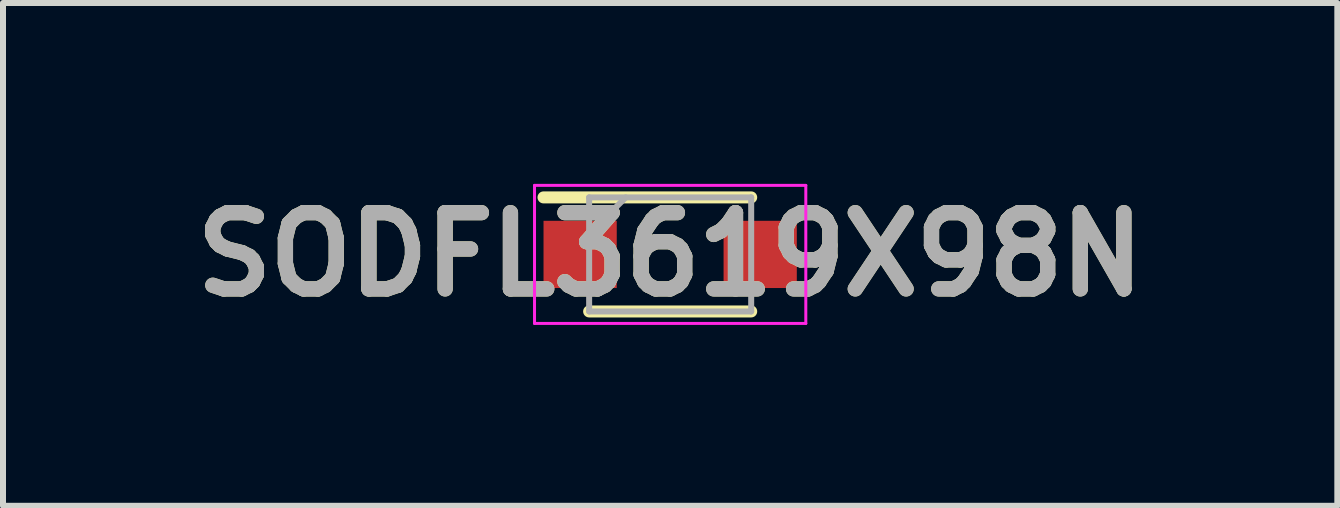
<source format=kicad_pcb>
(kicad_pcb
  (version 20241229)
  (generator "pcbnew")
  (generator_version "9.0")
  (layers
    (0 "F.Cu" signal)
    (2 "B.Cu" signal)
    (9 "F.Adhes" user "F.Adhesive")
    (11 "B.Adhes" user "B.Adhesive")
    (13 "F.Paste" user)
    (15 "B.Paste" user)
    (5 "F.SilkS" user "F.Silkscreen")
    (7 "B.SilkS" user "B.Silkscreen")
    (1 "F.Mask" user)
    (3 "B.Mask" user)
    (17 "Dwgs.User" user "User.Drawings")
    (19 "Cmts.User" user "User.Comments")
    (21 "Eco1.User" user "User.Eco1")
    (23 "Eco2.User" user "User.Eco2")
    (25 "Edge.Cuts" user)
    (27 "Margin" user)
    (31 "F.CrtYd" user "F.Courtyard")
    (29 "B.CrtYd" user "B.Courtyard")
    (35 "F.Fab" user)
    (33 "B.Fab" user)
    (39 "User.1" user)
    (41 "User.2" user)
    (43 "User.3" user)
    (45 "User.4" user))
  (footprint "SODFL3619X98N"
    (layer "F.Cu")
    (at 8.116 1.189)
    (property "Reference" "SODFL3619X98N" (at 0 0 0) (layer "F.SilkS") (effects (font (size 1.27 1.27) (thickness 0.254))))
    (attr smd)
    (fp_line (start -2.11 -0.95) (end 1.35 -0.95) (stroke (width 0.2) (type solid)) (layer "F.SilkS"))
    (fp_line (start -1.35 0.95) (end 1.35 0.95) (stroke (width 0.2) (type solid)) (layer "F.SilkS"))
    (fp_line (start -2.26 -1.15) (end 2.26 -1.15) (stroke (width 0.05) (type solid)) (layer "F.CrtYd"))
    (fp_line (start -2.26 1.15) (end -2.26 -1.15) (stroke (width 0.05) (type solid)) (layer "F.CrtYd"))
    (fp_line (start 2.26 -1.15) (end 2.26 1.15) (stroke (width 0.05) (type solid)) (layer "F.CrtYd"))
    (fp_line (start 2.26 1.15) (end -2.26 1.15) (stroke (width 0.05) (type solid)) (layer "F.CrtYd"))
    (fp_line (start -1.35 -0.95) (end 1.35 -0.95) (stroke (width 0.1) (type solid)) (layer "F.Fab"))
    (fp_line (start -1.35 -0.34) (end -0.74 -0.95) (stroke (width 0.1) (type solid)) (layer "F.Fab"))
    (fp_line (start -1.35 0.95) (end -1.35 -0.95) (stroke (width 0.1) (type solid)) (layer "F.Fab"))
    (fp_line (start 1.35 -0.95) (end 1.35 0.95) (stroke (width 0.1) (type solid)) (layer "F.Fab"))
    (fp_line (start 1.35 0.95) (end -1.35 0.95) (stroke (width 0.1) (type solid)) (layer "F.Fab"))
    (fp_text user "${REFERENCE}" (at 0 0 0) (layer "F.Fab") (effects (font (size 1.27 1.27) (thickness 0.254))))
    (pad "1" smd rect (at -1.5 0 90) (size 1.12 1.22) (layers "F.Cu" "F.Mask" "F.Paste"))
    (pad "2" smd rect (at 1.5 0 90) (size 1.12 1.22) (layers "F.Cu" "F.Mask" "F.Paste")))
  (gr_rect
    (start -3 -3)
    (end 19.232 5.377)
    (stroke (width 0.1) (type default))
    (fill no)
    (layer "Edge.Cuts")))
</source>
